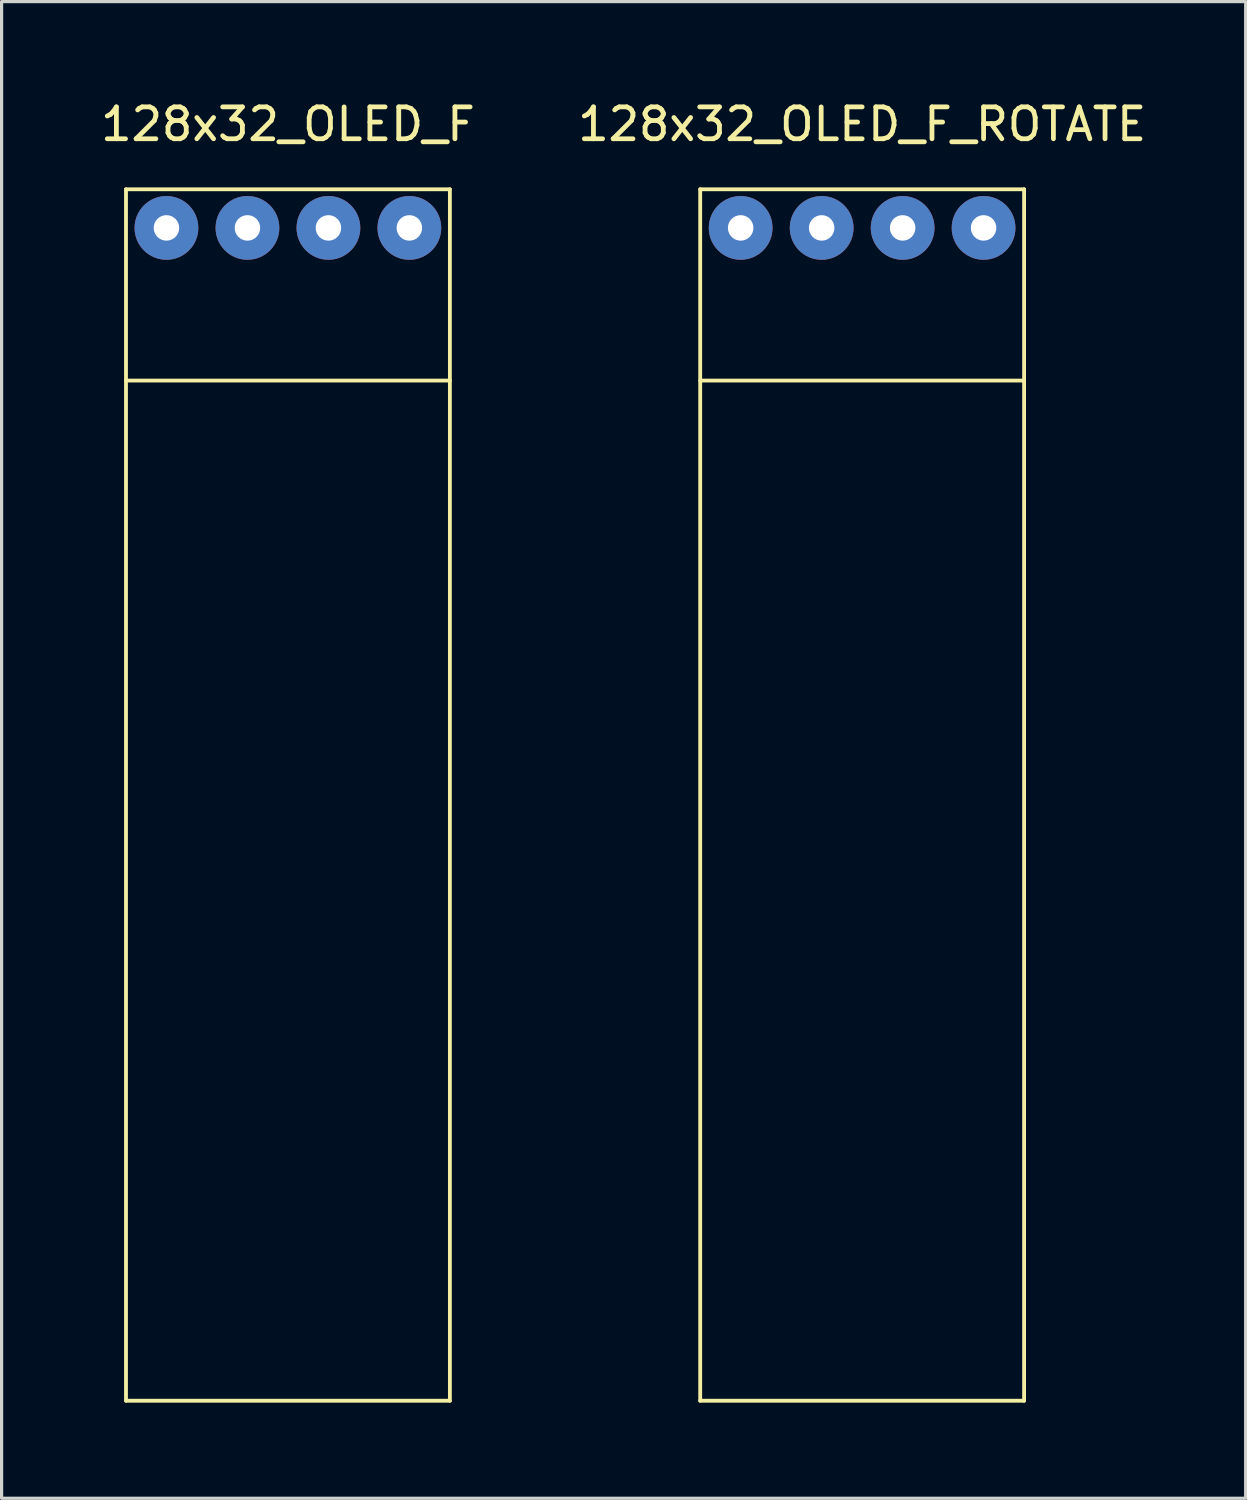
<source format=kicad_pcb>
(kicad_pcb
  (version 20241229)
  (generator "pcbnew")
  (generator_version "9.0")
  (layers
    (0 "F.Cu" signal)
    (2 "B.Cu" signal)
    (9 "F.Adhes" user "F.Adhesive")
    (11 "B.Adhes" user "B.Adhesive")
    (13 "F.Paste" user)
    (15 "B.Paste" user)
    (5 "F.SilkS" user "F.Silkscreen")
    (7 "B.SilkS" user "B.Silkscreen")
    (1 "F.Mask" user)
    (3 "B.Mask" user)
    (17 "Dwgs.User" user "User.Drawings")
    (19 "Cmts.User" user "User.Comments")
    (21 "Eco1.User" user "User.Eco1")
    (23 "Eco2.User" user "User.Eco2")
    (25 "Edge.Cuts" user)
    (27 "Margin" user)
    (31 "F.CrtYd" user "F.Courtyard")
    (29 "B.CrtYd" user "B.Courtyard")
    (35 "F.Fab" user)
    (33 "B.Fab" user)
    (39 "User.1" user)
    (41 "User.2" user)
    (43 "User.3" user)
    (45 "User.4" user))
  (footprint "128x32_OLED_F"
    (layer "F.Cu")
    (at 5.982 0.348)
    (property "Reference" "128x32_OLED_F" (at 0 0.5 0) (layer "F.SilkS") (effects (font (size 1 1) (thickness 0.15))))
    (attr through_hole)
    (fp_line (start -5.08 2.54) (end -5.08 40.54) (stroke (width 0.12) (type solid)) (layer "F.SilkS"))
    (fp_line (start -5.08 2.54) (end 5.08 2.54) (stroke (width 0.12) (type solid)) (layer "F.SilkS"))
    (fp_line (start -5.08 8.54) (end 5.08 8.54) (stroke (width 0.12) (type solid)) (layer "F.SilkS"))
    (fp_line (start -5.08 40.54) (end 5.08 40.54) (stroke (width 0.12) (type solid)) (layer "F.SilkS"))
    (fp_line (start 5.08 40.54) (end 5.08 2.54) (stroke (width 0.12) (type solid)) (layer "F.SilkS"))
    (pad "1" thru_hole circle (at -3.811 3.751 90) (size 2 2) (drill 0.8) (layers "*.Cu" "*.Mask"))
    (pad "2" thru_hole circle (at -1.27 3.751 90) (size 2 2) (drill 0.8) (layers "*.Cu" "*.Mask"))
    (pad "3" thru_hole circle (at 1.27 3.751 90) (size 2 2) (drill 0.8) (layers "*.Cu" "*.Mask"))
    (pad "4" thru_hole circle (at 3.809 3.751 90) (size 2 2) (drill 0.8) (layers "*.Cu" "*.Mask")))
  (footprint "128x32_OLED_F_ROTATE"
    (layer "F.Cu")
    (at 23.994 0.348)
    (property "Reference" "128x32_OLED_F_ROTATE" (at 0 0.5 0) (layer "F.SilkS") (effects (font (size 1 1) (thickness 0.15))))
    (attr through_hole)
    (fp_line (start -5.08 2.54) (end -5.08 40.54) (stroke (width 0.12) (type solid)) (layer "F.SilkS"))
    (fp_line (start -5.08 2.54) (end 5.08 2.54) (stroke (width 0.12) (type solid)) (layer "F.SilkS"))
    (fp_line (start -5.08 8.54) (end 5.08 8.54) (stroke (width 0.12) (type solid)) (layer "F.SilkS"))
    (fp_line (start -5.08 40.54) (end 5.08 40.54) (stroke (width 0.12) (type solid)) (layer "F.SilkS"))
    (fp_line (start 5.08 40.54) (end 5.08 2.54) (stroke (width 0.12) (type solid)) (layer "F.SilkS"))
    (pad "1" thru_hole circle (at 3.809 3.751 90) (size 2 2) (drill 0.8) (layers "*.Cu" "*.Mask"))
    (pad "2" thru_hole circle (at 1.27 3.751 90) (size 2 2) (drill 0.8) (layers "*.Cu" "*.Mask"))
    (pad "3" thru_hole circle (at -1.27 3.751 90) (size 2 2) (drill 0.8) (layers "*.Cu" "*.Mask"))
    (pad "4" thru_hole circle (at -3.811 3.751 90) (size 2 2) (drill 0.8) (layers "*.Cu" "*.Mask")))
  (gr_rect
    (start -3 -3)
    (end 36.024 43.948)
    (stroke (width 0.1) (type default))
    (fill no)
    (layer "Edge.Cuts")))
</source>
